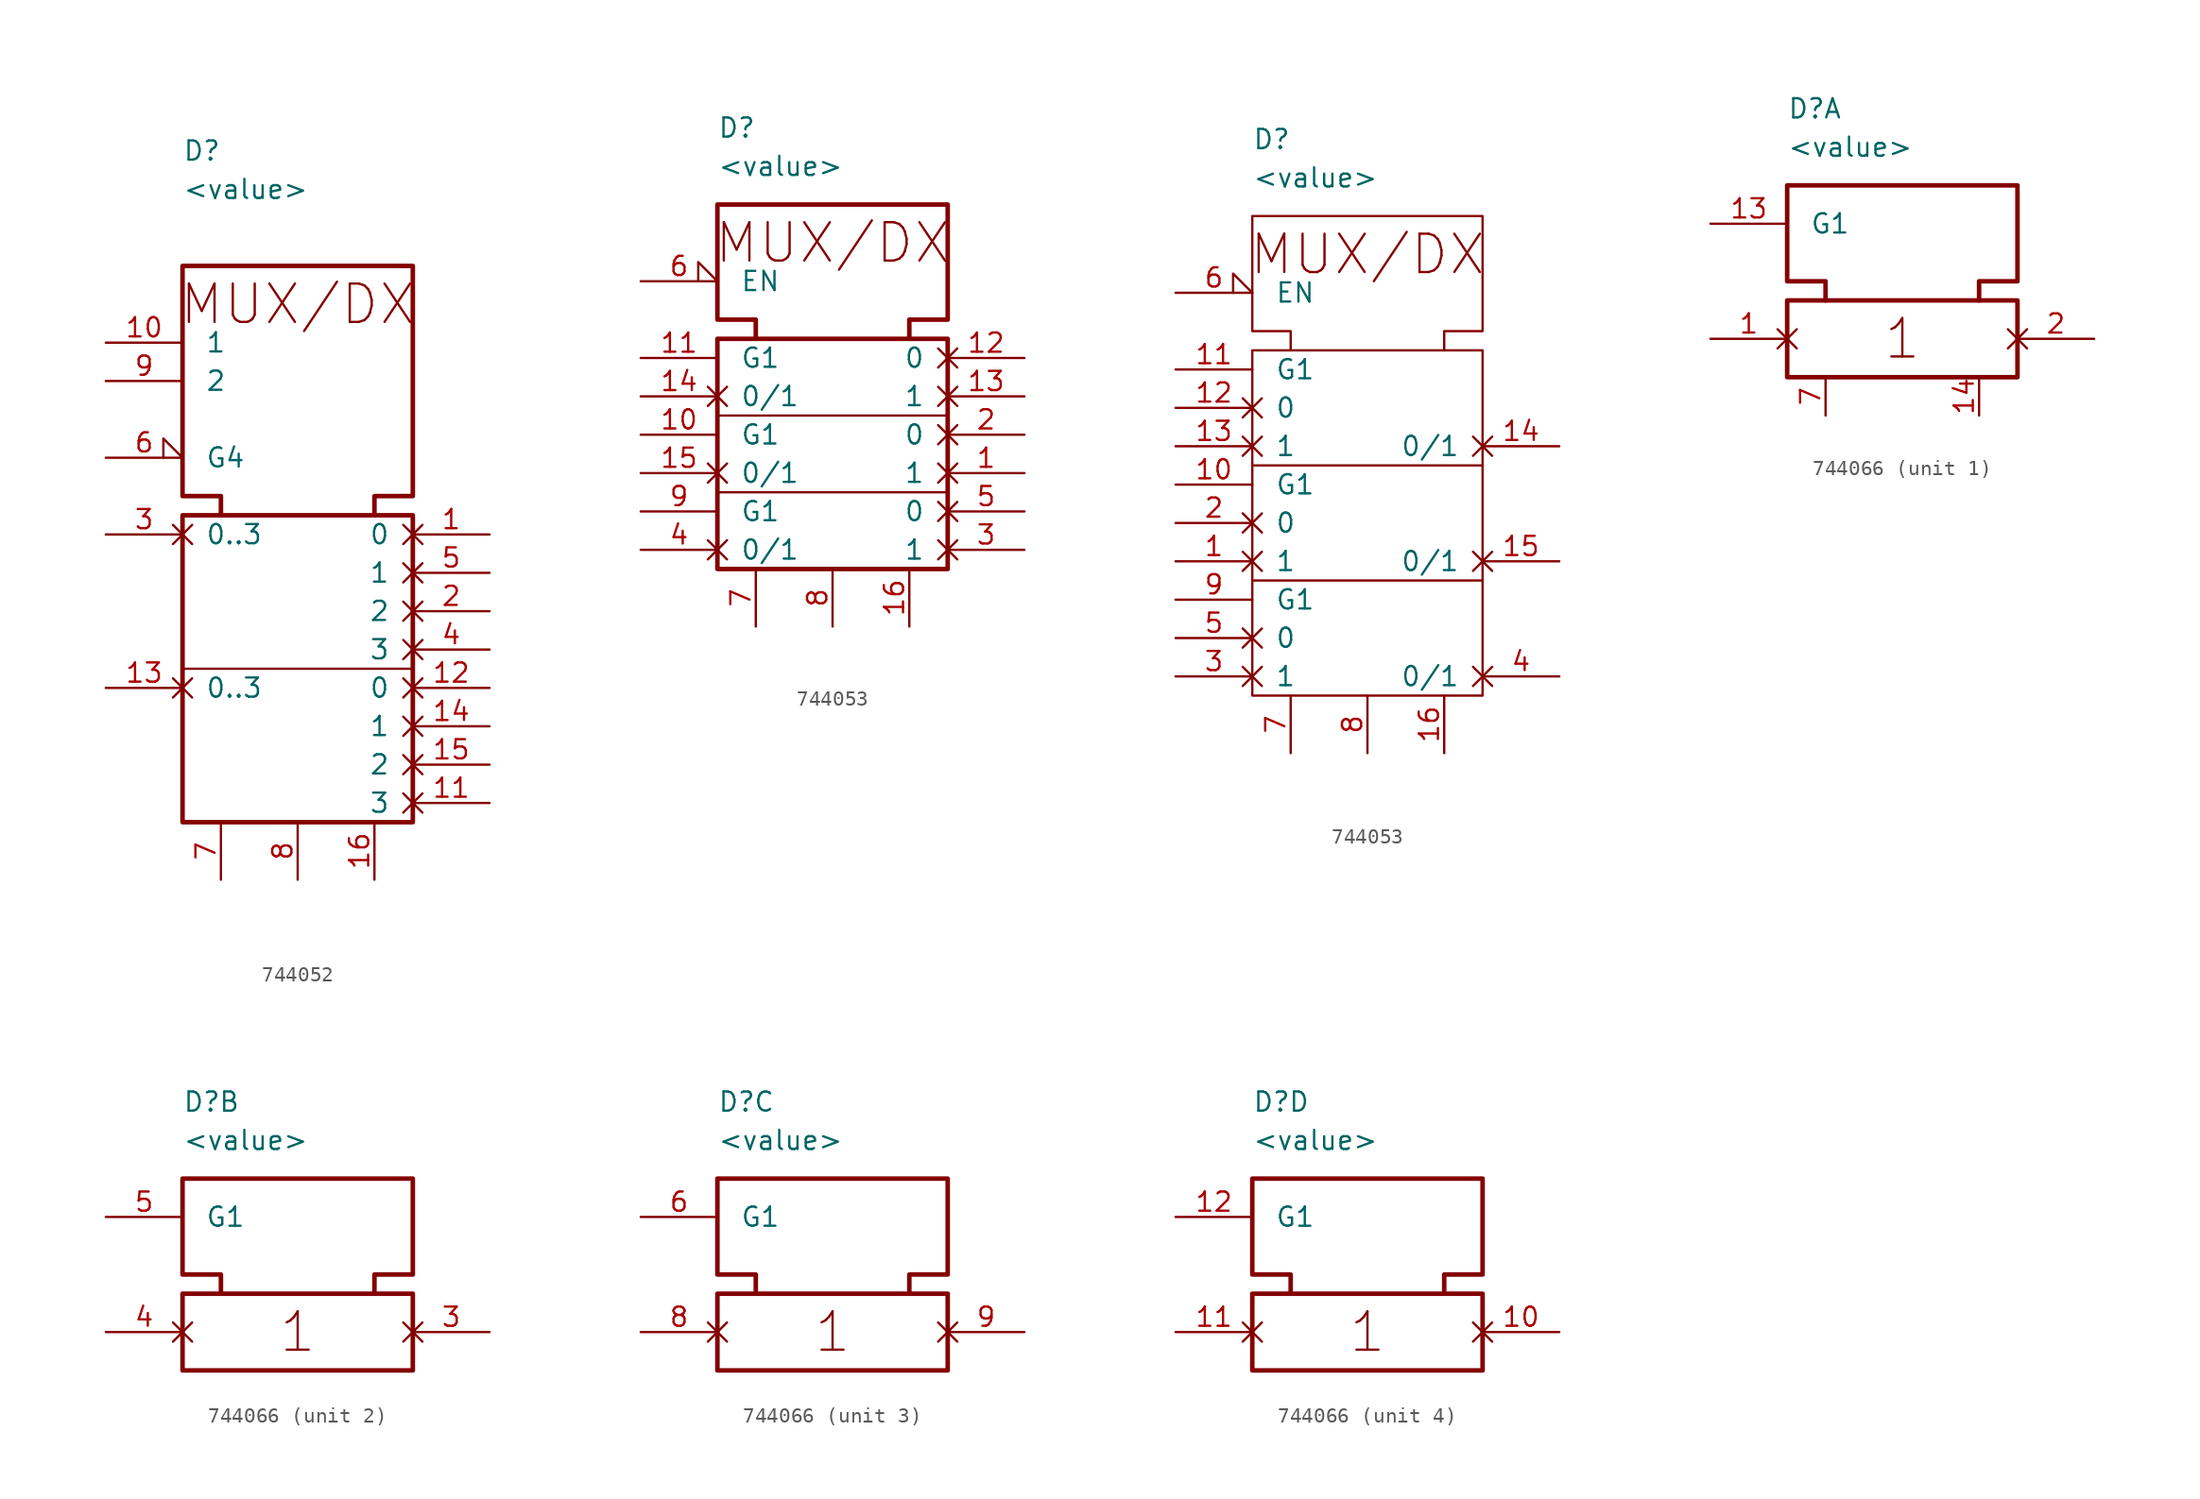
<source format=kicad_sym>
(kicad_symbol_lib
  (version 20231120)
  (generator "kicad_symbol_editor")
  (generator_version "8.0")
  (symbol "744052"
    (pin_names
      (offset 1.5))
    (property "Reference" "D"
      (at -7.62 33.02 0)
      (effects (font (size 1.27 1.27)) (justify left)))
    (property "Value" "<value>"
      (at -7.62 30.48 0)
      (effects (font (size 1.27 1.27)) (justify left)))
    (symbol "744052_0_1"
      (rectangle (start -7.62 8.89) (end 7.62 -11.43) (stroke (width 0.3) (type default)) (fill (type none)))
      (polyline (pts (xy 7.62 -1.27) (xy -7.62 -1.27)) (stroke (width 0) (type default)) (fill (type none)))
      (polyline (pts (xy -5.08 8.89) (xy -5.08 10.16) (xy -7.62 10.16) (xy -7.62 25.4) (xy 7.62 25.4) (xy 7.62 10.16) (xy 5.08 10.16) (xy 5.08 8.89)) (stroke (width 0.3) (type default)) (fill (type none)))
      (text "MUX/DX" (at 0 22.86 0) (effects (font (size 2.54 2.54)))))
    (symbol "744052_1_1"
      (pin passive non_logic (at 12.7 7.62 180) (length 5.08) (name "0" (effects (font (size 1.27 1.27)))) (number "1" (effects (font (size 1.27 1.27)))))
      (pin input line (at -12.7 20.32 0) (length 5.08) (name "1" (effects (font (size 1.27 1.27)))) (number "10" (effects (font (size 1.27 1.27)))))
      (pin passive non_logic (at 12.7 -10.16 180) (length 5.08) (name "3" (effects (font (size 1.27 1.27)))) (number "11" (effects (font (size 1.27 1.27)))))
      (pin passive non_logic (at 12.7 -2.54 180) (length 5.08) (name "0" (effects (font (size 1.27 1.27)))) (number "12" (effects (font (size 1.27 1.27)))))
      (pin passive non_logic (at -12.7 -2.54 0) (length 5.08) (name "0..3" (effects (font (size 1.27 1.27)))) (number "13" (effects (font (size 1.27 1.27)))))
      (pin passive non_logic (at 12.7 -5.08 180) (length 5.08) (name "1" (effects (font (size 1.27 1.27)))) (number "14" (effects (font (size 1.27 1.27)))))
      (pin passive non_logic (at 12.7 -7.62 180) (length 5.08) (name "2" (effects (font (size 1.27 1.27)))) (number "15" (effects (font (size 1.27 1.27)))))
      (pin power_in line (at 5.08 -15.24 90) (length 3.81) (name "" (effects (font (size 1.27 1.27)))) (number "16" (effects (font (size 1.27 1.27)))))
      (pin passive non_logic (at 12.7 2.54 180) (length 5.08) (name "2" (effects (font (size 1.27 1.27)))) (number "2" (effects (font (size 1.27 1.27)))))
      (pin passive non_logic (at -12.7 7.62 0) (length 5.08) (name "0..3" (effects (font (size 1.27 1.27)))) (number "3" (effects (font (size 1.27 1.27)))))
      (pin passive non_logic (at 12.7 0 180) (length 5.08) (name "3" (effects (font (size 1.27 1.27)))) (number "4" (effects (font (size 1.27 1.27)))))
      (pin passive non_logic (at 12.7 5.08 180) (length 5.08) (name "1" (effects (font (size 1.27 1.27)))) (number "5" (effects (font (size 1.27 1.27)))))
      (pin input input_low (at -12.7 12.7 0) (length 5.08) (name "G4" (effects (font (size 1.27 1.27)))) (number "6" (effects (font (size 1.27 1.27)))))
      (pin power_in line (at -5.08 -15.24 90) (length 3.81) (name "" (effects (font (size 1.27 1.27)))) (number "7" (effects (font (size 1.27 1.27)))))
      (pin power_in line (at 0 -15.24 90) (length 3.81) (name "" (effects (font (size 1.27 1.27)))) (number "8" (effects (font (size 1.27 1.27)))))
      (pin input line (at -12.7 17.78 0) (length 5.08) (name "2" (effects (font (size 1.27 1.27)))) (number "9" (effects (font (size 1.27 1.27)))))))
  (symbol "744053"
    (pin_names
      (offset 1.5))
    (property "Reference" "D"
      (at -7.62 22.86 0)
      (effects (font (size 1.27 1.27)) (justify left)))
    (property "Value" "<value>"
      (at -7.62 20.32 0)
      (effects (font (size 1.27 1.27)) (justify left)))
    (symbol "744053_0_1"
      (rectangle (start -7.62 8.89) (end 7.62 -6.35) (stroke (width 0.3) (type default)) (fill (type none)))
      (polyline (pts (xy 7.62 -1.27) (xy -7.62 -1.27)) (stroke (width 0) (type default)) (fill (type none)))
      (polyline (pts (xy 7.62 3.81) (xy -7.62 3.81)) (stroke (width 0) (type default)) (fill (type none)))
      (polyline (pts (xy -5.08 8.89) (xy -5.08 10.16) (xy -7.62 10.16) (xy -7.62 17.78) (xy 7.62 17.78) (xy 7.62 10.16) (xy 5.08 10.16) (xy 5.08 8.89)) (stroke (width 0.3) (type default)) (fill (type none)))
      (text "MUX/DX" (at 0 15.24 0) (effects (font (size 2.54 2.54)))))
    (symbol "744053_0_2"
      (rectangle (start -7.62 8.89) (end 7.62 -13.97) (stroke (width 0) (type default)) (fill (type none)))
      (polyline (pts (xy 7.62 -6.35) (xy -7.62 -6.35)) (stroke (width 0) (type default)) (fill (type none)))
      (polyline (pts (xy 7.62 1.27) (xy -7.62 1.27)) (stroke (width 0) (type default)) (fill (type none)))
      (polyline (pts (xy -5.08 8.89) (xy -5.08 10.16) (xy -7.62 10.16) (xy -7.62 17.78) (xy 7.62 17.78) (xy 7.62 10.16) (xy 5.08 10.16) (xy 5.08 8.89)) (stroke (width 0) (type default)) (fill (type none)))
      (text "MUX/DX" (at 0 15.24 0) (effects (font (size 2.54 2.54)))))
    (symbol "744053_1_1"
      (pin passive non_logic (at 12.7 0 180) (length 5.08) (name "1" (effects (font (size 1.27 1.27)))) (number "1" (effects (font (size 1.27 1.27)))))
      (pin input line (at -12.7 2.54 0) (length 5.08) (name "G1" (effects (font (size 1.27 1.27)))) (number "10" (effects (font (size 1.27 1.27)))))
      (pin input line (at -12.7 7.62 0) (length 5.08) (name "G1" (effects (font (size 1.27 1.27)))) (number "11" (effects (font (size 1.27 1.27)))))
      (pin passive non_logic (at 12.7 7.62 180) (length 5.08) (name "0" (effects (font (size 1.27 1.27)))) (number "12" (effects (font (size 1.27 1.27)))))
      (pin passive non_logic (at 12.7 5.08 180) (length 5.08) (name "1" (effects (font (size 1.27 1.27)))) (number "13" (effects (font (size 1.27 1.27)))))
      (pin passive non_logic (at -12.7 5.08 0) (length 5.08) (name "0/1" (effects (font (size 1.27 1.27)))) (number "14" (effects (font (size 1.27 1.27)))))
      (pin passive non_logic (at -12.7 0 0) (length 5.08) (name "0/1" (effects (font (size 1.27 1.27)))) (number "15" (effects (font (size 1.27 1.27)))))
      (pin power_in line (at 5.08 -10.16 90) (length 3.81) (name "" (effects (font (size 1.27 1.27)))) (number "16" (effects (font (size 1.27 1.27)))))
      (pin passive non_logic (at 12.7 2.54 180) (length 5.08) (name "0" (effects (font (size 1.27 1.27)))) (number "2" (effects (font (size 1.27 1.27)))))
      (pin passive non_logic (at 12.7 -5.08 180) (length 5.08) (name "1" (effects (font (size 1.27 1.27)))) (number "3" (effects (font (size 1.27 1.27)))))
      (pin passive non_logic (at -12.7 -5.08 0) (length 5.08) (name "0/1" (effects (font (size 1.27 1.27)))) (number "4" (effects (font (size 1.27 1.27)))))
      (pin passive non_logic (at 12.7 -2.54 180) (length 5.08) (name "0" (effects (font (size 1.27 1.27)))) (number "5" (effects (font (size 1.27 1.27)))))
      (pin input input_low (at -12.7 12.7 0) (length 5.08) (name "EN" (effects (font (size 1.27 1.27)))) (number "6" (effects (font (size 1.27 1.27)))))
      (pin power_in line (at -5.08 -10.16 90) (length 3.81) (name "" (effects (font (size 1.27 1.27)))) (number "7" (effects (font (size 1.27 1.27)))))
      (pin power_in line (at 0 -10.16 90) (length 3.81) (name "" (effects (font (size 1.27 1.27)))) (number "8" (effects (font (size 1.27 1.27)))))
      (pin input line (at -12.7 -2.54 0) (length 5.08) (name "G1" (effects (font (size 1.27 1.27)))) (number "9" (effects (font (size 1.27 1.27))))))
    (symbol "744053_1_2"
      (pin passive non_logic (at -12.7 -5.08 0) (length 5.08) (name "1" (effects (font (size 1.27 1.27)))) (number "1" (effects (font (size 1.27 1.27)))))
      (pin input line (at -12.7 0 0) (length 5.08) (name "G1" (effects (font (size 1.27 1.27)))) (number "10" (effects (font (size 1.27 1.27)))))
      (pin input line (at -12.7 7.62 0) (length 5.08) (name "G1" (effects (font (size 1.27 1.27)))) (number "11" (effects (font (size 1.27 1.27)))))
      (pin passive non_logic (at -12.7 5.08 0) (length 5.08) (name "0" (effects (font (size 1.27 1.27)))) (number "12" (effects (font (size 1.27 1.27)))))
      (pin passive non_logic (at -12.7 2.54 0) (length 5.08) (name "1" (effects (font (size 1.27 1.27)))) (number "13" (effects (font (size 1.27 1.27)))))
      (pin passive non_logic (at 12.7 2.54 180) (length 5.08) (name "0/1" (effects (font (size 1.27 1.27)))) (number "14" (effects (font (size 1.27 1.27)))))
      (pin passive non_logic (at 12.7 -5.08 180) (length 5.08) (name "0/1" (effects (font (size 1.27 1.27)))) (number "15" (effects (font (size 1.27 1.27)))))
      (pin power_in line (at 5.08 -17.78 90) (length 3.81) (name "" (effects (font (size 1.27 1.27)))) (number "16" (effects (font (size 1.27 1.27)))))
      (pin passive non_logic (at -12.7 -2.54 0) (length 5.08) (name "0" (effects (font (size 1.27 1.27)))) (number "2" (effects (font (size 1.27 1.27)))))
      (pin passive non_logic (at -12.7 -12.7 0) (length 5.08) (name "1" (effects (font (size 1.27 1.27)))) (number "3" (effects (font (size 1.27 1.27)))))
      (pin passive non_logic (at 12.7 -12.7 180) (length 5.08) (name "0/1" (effects (font (size 1.27 1.27)))) (number "4" (effects (font (size 1.27 1.27)))))
      (pin passive non_logic (at -12.7 -10.16 0) (length 5.08) (name "0" (effects (font (size 1.27 1.27)))) (number "5" (effects (font (size 1.27 1.27)))))
      (pin input input_low (at -12.7 12.7 0) (length 5.08) (name "EN" (effects (font (size 1.27 1.27)))) (number "6" (effects (font (size 1.27 1.27)))))
      (pin power_in line (at -5.08 -17.78 90) (length 3.81) (name "" (effects (font (size 1.27 1.27)))) (number "7" (effects (font (size 1.27 1.27)))))
      (pin power_in line (at 0 -17.78 90) (length 3.81) (name "" (effects (font (size 1.27 1.27)))) (number "8" (effects (font (size 1.27 1.27)))))
      (pin input line (at -12.7 -7.62 0) (length 5.08) (name "G1" (effects (font (size 1.27 1.27)))) (number "9" (effects (font (size 1.27 1.27)))))))
  (symbol "744066"
    (pin_names
      (offset 1.5))
    (property "Reference" "D"
      (at -7.62 12.7 0)
      (effects (font (size 1.27 1.27)) (justify left)))
    (property "Value" "<value>"
      (at -7.62 10.16 0)
      (effects (font (size 1.27 1.27)) (justify left)))
    (symbol "744066_0_1"
      (rectangle (start -7.62 0) (end 7.62 -5.08) (stroke (width 0.3) (type default)) (fill (type none)))
      (polyline (pts (xy -5.08 0) (xy -5.08 1.27) (xy -7.62 1.27) (xy -7.62 7.62) (xy 7.62 7.62) (xy 7.62 1.27) (xy 5.08 1.27) (xy 5.08 0)) (stroke (width 0.3) (type default)) (fill (type none))))
    (symbol "744066_1_1"
      (text "1" (at 0 -2.54 0) (effects (font (size 2.54 2.54))))
      (pin passive non_logic (at -12.7 -2.54 0) (length 5.08) (name "" (effects (font (size 1.27 1.27)))) (number "1" (effects (font (size 1.27 1.27)))))
      (pin input line (at -12.7 5.08 0) (length 5.08) (name "G1" (effects (font (size 1.27 1.27)))) (number "13" (effects (font (size 1.27 1.27)))))
      (pin power_in line (at 5.08 -7.62 90) (length 2.54) (name "" (effects (font (size 1.27 1.27)))) (number "14" (effects (font (size 1.27 1.27)))))
      (pin passive non_logic (at 12.7 -2.54 180) (length 5.08) (name "" (effects (font (size 1.27 1.27)))) (number "2" (effects (font (size 1.27 1.27)))))
      (pin power_in line (at -5.08 -7.62 90) (length 2.54) (name "" (effects (font (size 1.27 1.27)))) (number "7" (effects (font (size 1.27 1.27))))))
    (symbol "744066_2_1"
      (text "1" (at 0 -2.54 0) (effects (font (size 2.54 2.54))))
      (pin passive non_logic (at 12.7 -2.54 180) (length 5.08) (name "" (effects (font (size 1.27 1.27)))) (number "3" (effects (font (size 1.27 1.27)))))
      (pin passive non_logic (at -12.7 -2.54 0) (length 5.08) (name "" (effects (font (size 1.27 1.27)))) (number "4" (effects (font (size 1.27 1.27)))))
      (pin input line (at -12.7 5.08 0) (length 5.08) (name "G1" (effects (font (size 1.27 1.27)))) (number "5" (effects (font (size 1.27 1.27))))))
    (symbol "744066_3_1"
      (text "1" (at 0 -2.54 0) (effects (font (size 2.54 2.54))))
      (pin input line (at -12.7 5.08 0) (length 5.08) (name "G1" (effects (font (size 1.27 1.27)))) (number "6" (effects (font (size 1.27 1.27)))))
      (pin passive non_logic (at -12.7 -2.54 0) (length 5.08) (name "" (effects (font (size 1.27 1.27)))) (number "8" (effects (font (size 1.27 1.27)))))
      (pin passive non_logic (at 12.7 -2.54 180) (length 5.08) (name "" (effects (font (size 1.27 1.27)))) (number "9" (effects (font (size 1.27 1.27))))))
    (symbol "744066_4_1"
      (text "1" (at 0 -2.54 0) (effects (font (size 2.54 2.54))))
      (pin passive non_logic (at 12.7 -2.54 180) (length 5.08) (name "" (effects (font (size 1.27 1.27)))) (number "10" (effects (font (size 1.27 1.27)))))
      (pin passive non_logic (at -12.7 -2.54 0) (length 5.08) (name "" (effects (font (size 1.27 1.27)))) (number "11" (effects (font (size 1.27 1.27)))))
      (pin input line (at -12.7 5.08 0) (length 5.08) (name "G1" (effects (font (size 1.27 1.27)))) (number "12" (effects (font (size 1.27 1.27))))))))
</source>
